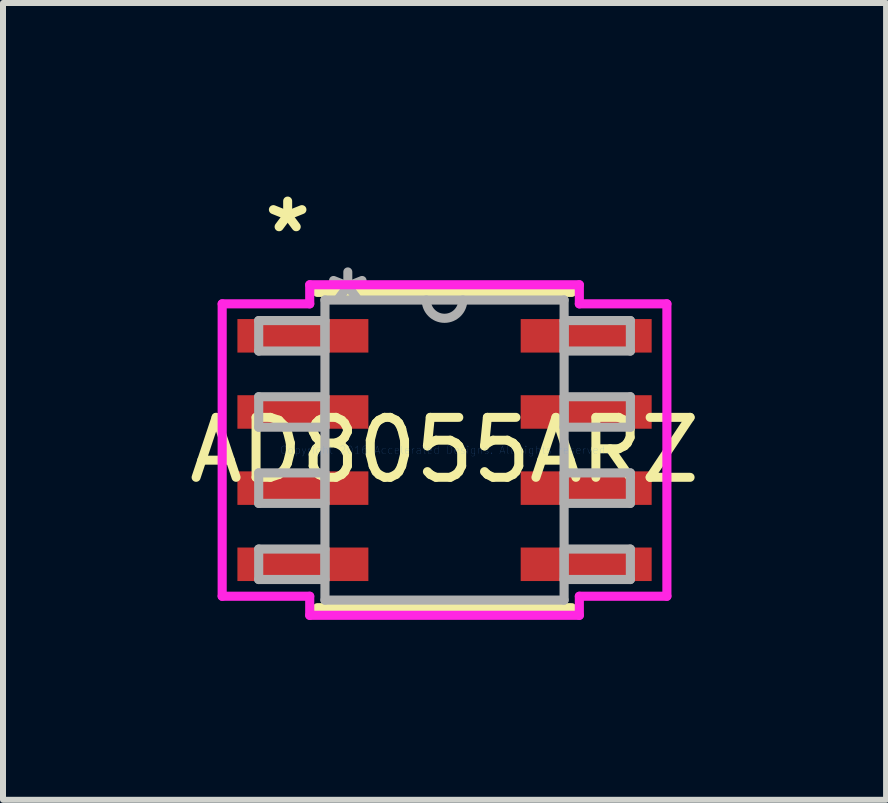
<source format=kicad_pcb>
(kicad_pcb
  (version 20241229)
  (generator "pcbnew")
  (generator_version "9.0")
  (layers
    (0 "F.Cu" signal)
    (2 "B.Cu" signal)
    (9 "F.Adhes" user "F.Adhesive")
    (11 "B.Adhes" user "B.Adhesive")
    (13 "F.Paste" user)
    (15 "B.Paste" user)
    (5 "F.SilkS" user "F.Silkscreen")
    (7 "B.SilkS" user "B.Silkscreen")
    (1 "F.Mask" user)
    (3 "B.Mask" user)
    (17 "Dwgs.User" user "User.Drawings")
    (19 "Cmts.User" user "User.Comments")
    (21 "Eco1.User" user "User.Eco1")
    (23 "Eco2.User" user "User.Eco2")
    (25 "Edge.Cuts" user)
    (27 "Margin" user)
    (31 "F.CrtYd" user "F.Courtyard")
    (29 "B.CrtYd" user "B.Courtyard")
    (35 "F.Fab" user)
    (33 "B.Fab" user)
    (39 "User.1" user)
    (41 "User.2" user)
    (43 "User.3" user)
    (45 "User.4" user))
  (footprint "AD8055ARZ"
    (layer "F.Cu")
    (at 4.363 4.455)
    (property "Reference" "AD8055ARZ" (at 0 0 0) (layer "F.SilkS") (effects (font (size 1 1) (thickness 0.15))))
    (attr through_hole)
    (fp_line (start -2.121 2.629) (end 2.121 2.629) (stroke (width 0.152) (type solid)) (layer "F.SilkS"))
    (fp_line (start 2.121 -2.629) (end -2.121 -2.629) (stroke (width 0.152) (type solid)) (layer "F.SilkS"))
    (fp_line (start -3.708 -2.438) (end -2.248 -2.438) (stroke (width 0.152) (type solid)) (layer "F.CrtYd"))
    (fp_line (start -3.708 2.438) (end -3.708 -2.438) (stroke (width 0.152) (type solid)) (layer "F.CrtYd"))
    (fp_line (start -2.248 -2.756) (end 2.248 -2.756) (stroke (width 0.152) (type solid)) (layer "F.CrtYd"))
    (fp_line (start -2.248 -2.438) (end -2.248 -2.756) (stroke (width 0.152) (type solid)) (layer "F.CrtYd"))
    (fp_line (start -2.248 2.438) (end -3.708 2.438) (stroke (width 0.152) (type solid)) (layer "F.CrtYd"))
    (fp_line (start -2.248 2.756) (end -2.248 2.438) (stroke (width 0.152) (type solid)) (layer "F.CrtYd"))
    (fp_line (start 2.248 -2.756) (end 2.248 -2.438) (stroke (width 0.152) (type solid)) (layer "F.CrtYd"))
    (fp_line (start 2.248 -2.438) (end 3.708 -2.438) (stroke (width 0.152) (type solid)) (layer "F.CrtYd"))
    (fp_line (start 2.248 2.438) (end 2.248 2.756) (stroke (width 0.152) (type solid)) (layer "F.CrtYd"))
    (fp_line (start 2.248 2.756) (end -2.248 2.756) (stroke (width 0.152) (type solid)) (layer "F.CrtYd"))
    (fp_line (start 3.708 -2.438) (end 3.708 2.438) (stroke (width 0.152) (type solid)) (layer "F.CrtYd"))
    (fp_line (start 3.708 2.438) (end 2.248 2.438) (stroke (width 0.152) (type solid)) (layer "F.CrtYd"))
    (fp_line (start -3.099 -2.159) (end -3.099 -1.651) (stroke (width 0.152) (type solid)) (layer "F.Fab"))
    (fp_line (start -3.099 -1.651) (end -1.994 -1.651) (stroke (width 0.152) (type solid)) (layer "F.Fab"))
    (fp_line (start -3.099 -0.889) (end -3.099 -0.381) (stroke (width 0.152) (type solid)) (layer "F.Fab"))
    (fp_line (start -3.099 -0.381) (end -1.994 -0.381) (stroke (width 0.152) (type solid)) (layer "F.Fab"))
    (fp_line (start -3.099 0.381) (end -3.099 0.889) (stroke (width 0.152) (type solid)) (layer "F.Fab"))
    (fp_line (start -3.099 0.889) (end -1.994 0.889) (stroke (width 0.152) (type solid)) (layer "F.Fab"))
    (fp_line (start -3.099 1.651) (end -3.099 2.159) (stroke (width 0.152) (type solid)) (layer "F.Fab"))
    (fp_line (start -3.099 2.159) (end -1.994 2.159) (stroke (width 0.152) (type solid)) (layer "F.Fab"))
    (fp_line (start -1.994 -2.502) (end -1.994 2.502) (stroke (width 0.152) (type solid)) (layer "F.Fab"))
    (fp_line (start -1.994 -2.159) (end -3.099 -2.159) (stroke (width 0.152) (type solid)) (layer "F.Fab"))
    (fp_line (start -1.994 -1.651) (end -1.994 -2.159) (stroke (width 0.152) (type solid)) (layer "F.Fab"))
    (fp_line (start -1.994 -0.889) (end -3.099 -0.889) (stroke (width 0.152) (type solid)) (layer "F.Fab"))
    (fp_line (start -1.994 -0.381) (end -1.994 -0.889) (stroke (width 0.152) (type solid)) (layer "F.Fab"))
    (fp_line (start -1.994 0.381) (end -3.099 0.381) (stroke (width 0.152) (type solid)) (layer "F.Fab"))
    (fp_line (start -1.994 0.889) (end -1.994 0.381) (stroke (width 0.152) (type solid)) (layer "F.Fab"))
    (fp_line (start -1.994 1.651) (end -3.099 1.651) (stroke (width 0.152) (type solid)) (layer "F.Fab"))
    (fp_line (start -1.994 2.159) (end -1.994 1.651) (stroke (width 0.152) (type solid)) (layer "F.Fab"))
    (fp_line (start -1.994 2.502) (end 1.994 2.502) (stroke (width 0.152) (type solid)) (layer "F.Fab"))
    (fp_line (start 1.994 -2.502) (end -1.994 -2.502) (stroke (width 0.152) (type solid)) (layer "F.Fab"))
    (fp_line (start 1.994 -2.159) (end 1.994 -1.651) (stroke (width 0.152) (type solid)) (layer "F.Fab"))
    (fp_line (start 1.994 -1.651) (end 3.099 -1.651) (stroke (width 0.152) (type solid)) (layer "F.Fab"))
    (fp_line (start 1.994 -0.889) (end 1.994 -0.381) (stroke (width 0.152) (type solid)) (layer "F.Fab"))
    (fp_line (start 1.994 -0.381) (end 3.099 -0.381) (stroke (width 0.152) (type solid)) (layer "F.Fab"))
    (fp_line (start 1.994 0.381) (end 1.994 0.889) (stroke (width 0.152) (type solid)) (layer "F.Fab"))
    (fp_line (start 1.994 0.889) (end 3.099 0.889) (stroke (width 0.152) (type solid)) (layer "F.Fab"))
    (fp_line (start 1.994 1.651) (end 1.994 2.159) (stroke (width 0.152) (type solid)) (layer "F.Fab"))
    (fp_line (start 1.994 2.159) (end 3.099 2.159) (stroke (width 0.152) (type solid)) (layer "F.Fab"))
    (fp_line (start 1.994 2.502) (end 1.994 -2.502) (stroke (width 0.152) (type solid)) (layer "F.Fab"))
    (fp_line (start 3.099 -2.159) (end 1.994 -2.159) (stroke (width 0.152) (type solid)) (layer "F.Fab"))
    (fp_line (start 3.099 -1.651) (end 3.099 -2.159) (stroke (width 0.152) (type solid)) (layer "F.Fab"))
    (fp_line (start 3.099 -0.889) (end 1.994 -0.889) (stroke (width 0.152) (type solid)) (layer "F.Fab"))
    (fp_line (start 3.099 -0.381) (end 3.099 -0.889) (stroke (width 0.152) (type solid)) (layer "F.Fab"))
    (fp_line (start 3.099 0.381) (end 1.994 0.381) (stroke (width 0.152) (type solid)) (layer "F.Fab"))
    (fp_line (start 3.099 0.889) (end 3.099 0.381) (stroke (width 0.152) (type solid)) (layer "F.Fab"))
    (fp_line (start 3.099 1.651) (end 1.994 1.651) (stroke (width 0.152) (type solid)) (layer "F.Fab"))
    (fp_line (start 3.099 2.159) (end 3.099 1.651) (stroke (width 0.152) (type solid)) (layer "F.Fab"))
    (fp_arc (start 0.3048 -2.5019) (mid 0 -2.1971) (end -0.3048 -2.5019) (stroke (width 0.1524) (type solid)) (layer "F.Fab"))
    (fp_text user "*" (at -2.616 -3.607 0) (layer "F.SilkS") (effects (font (size 1 1) (thickness 0.15))))
    (fp_text user "Copyright 2016 Accelerated Designs. All rights reserved." (at 0 0 0) (layer "Cmts.User") (effects (font (size 0.127 0.127) (thickness 0.002))))
    (fp_text user "*" (at -1.613 -2.426 0) (layer "F.Fab") (effects (font (size 1 1) (thickness 0.15))))
    (pad "1" smd rect (at -2.362 -1.905) (size 2.184 0.559) (layers "F.Cu" "F.Mask" "F.Paste"))
    (pad "2" smd rect (at -2.362 -0.635) (size 2.184 0.559) (layers "F.Cu" "F.Mask" "F.Paste"))
    (pad "3" smd rect (at -2.362 0.635) (size 2.184 0.559) (layers "F.Cu" "F.Mask" "F.Paste"))
    (pad "4" smd rect (at -2.362 1.905) (size 2.184 0.559) (layers "F.Cu" "F.Mask" "F.Paste"))
    (pad "5" smd rect (at 2.362 1.905) (size 2.184 0.559) (layers "F.Cu" "F.Mask" "F.Paste"))
    (pad "6" smd rect (at 2.362 0.635) (size 2.184 0.559) (layers "F.Cu" "F.Mask" "F.Paste"))
    (pad "7" smd rect (at 2.362 -0.635) (size 2.184 0.559) (layers "F.Cu" "F.Mask" "F.Paste"))
    (pad "8" smd rect (at 2.362 -1.905) (size 2.184 0.559) (layers "F.Cu" "F.Mask" "F.Paste")))
  (gr_rect
    (start -3 -3)
    (end 11.726 10.287)
    (stroke (width 0.1) (type default))
    (fill no)
    (layer "Edge.Cuts")))
</source>
